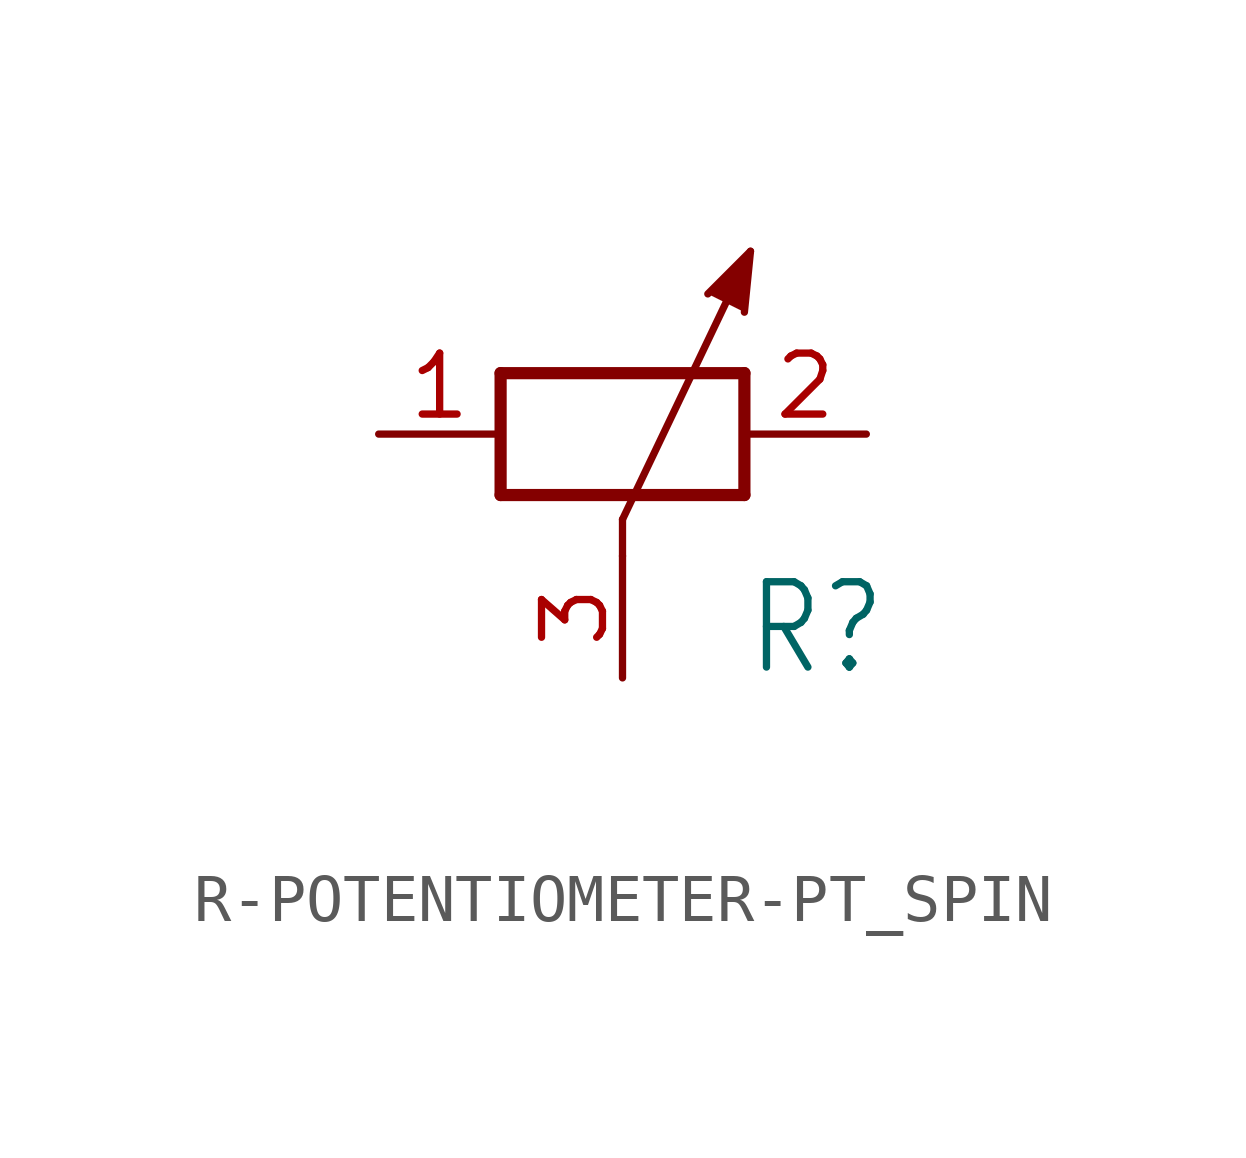
<source format=kicad_sym>
(kicad_symbol_lib
  (version 20220914)
  (generator kicad_symbol_editor)
  (symbol "R-POTENTIOMETER-PT_SPIN"
    (property "Reference" "R"
      (at 2.54 -5.08 0)
      (effects (font (size 1.778 1.511)) (justify left bottom)))
    (property "Value" ""
      (at 2.54 -7.62 0)
      (effects (font (size 1.778 1.511)) (justify left bottom)))
    (property "ki_locked" ""
      (at 0 0 0)
      (effects (font (size 1.27 1.27))))
    (symbol "R-POTENTIOMETER-PT_SPIN_1_0"
      (polyline (pts (xy -2.54 -1.27) (xy 2.54 -1.27)) (stroke (width 0.254) (type solid)) (fill (type none)))
      (polyline (pts (xy -2.54 1.27) (xy -2.54 -1.27)) (stroke (width 0.254) (type solid)) (fill (type none)))
      (polyline (pts (xy 0 -1.778) (xy 0 -2.54)) (stroke (width 0.152) (type solid)) (fill (type none)))
      (polyline (pts (xy 0 -1.778) (xy 2.667 3.81)) (stroke (width 0.152) (type solid)) (fill (type none)))
      (polyline (pts (xy 2.54 -1.27) (xy 2.54 1.27)) (stroke (width 0.254) (type solid)) (fill (type none)))
      (polyline (pts (xy 2.54 1.27) (xy -2.54 1.27)) (stroke (width 0.254) (type solid)) (fill (type none)))
      (polyline (pts (xy 2.54 2.54) (xy 2.667 3.81) (xy 1.778 2.921)) (stroke (width 0.152) (type solid)) (fill (type outline)))
      (pin passive line (at -5.08 0 0) (length 2.54) (name "1" (effects (font (size 0 0)))) (number "1" (effects (font (size 1.27 1.27)))))
      (pin passive line (at 5.08 0 180) (length 2.54) (name "2" (effects (font (size 0 0)))) (number "2" (effects (font (size 1.27 1.27)))))
      (pin passive line (at 0 -5.08 90) (length 2.54) (name "3" (effects (font (size 0 0)))) (number "3" (effects (font (size 1.27 1.27))))))))
</source>
